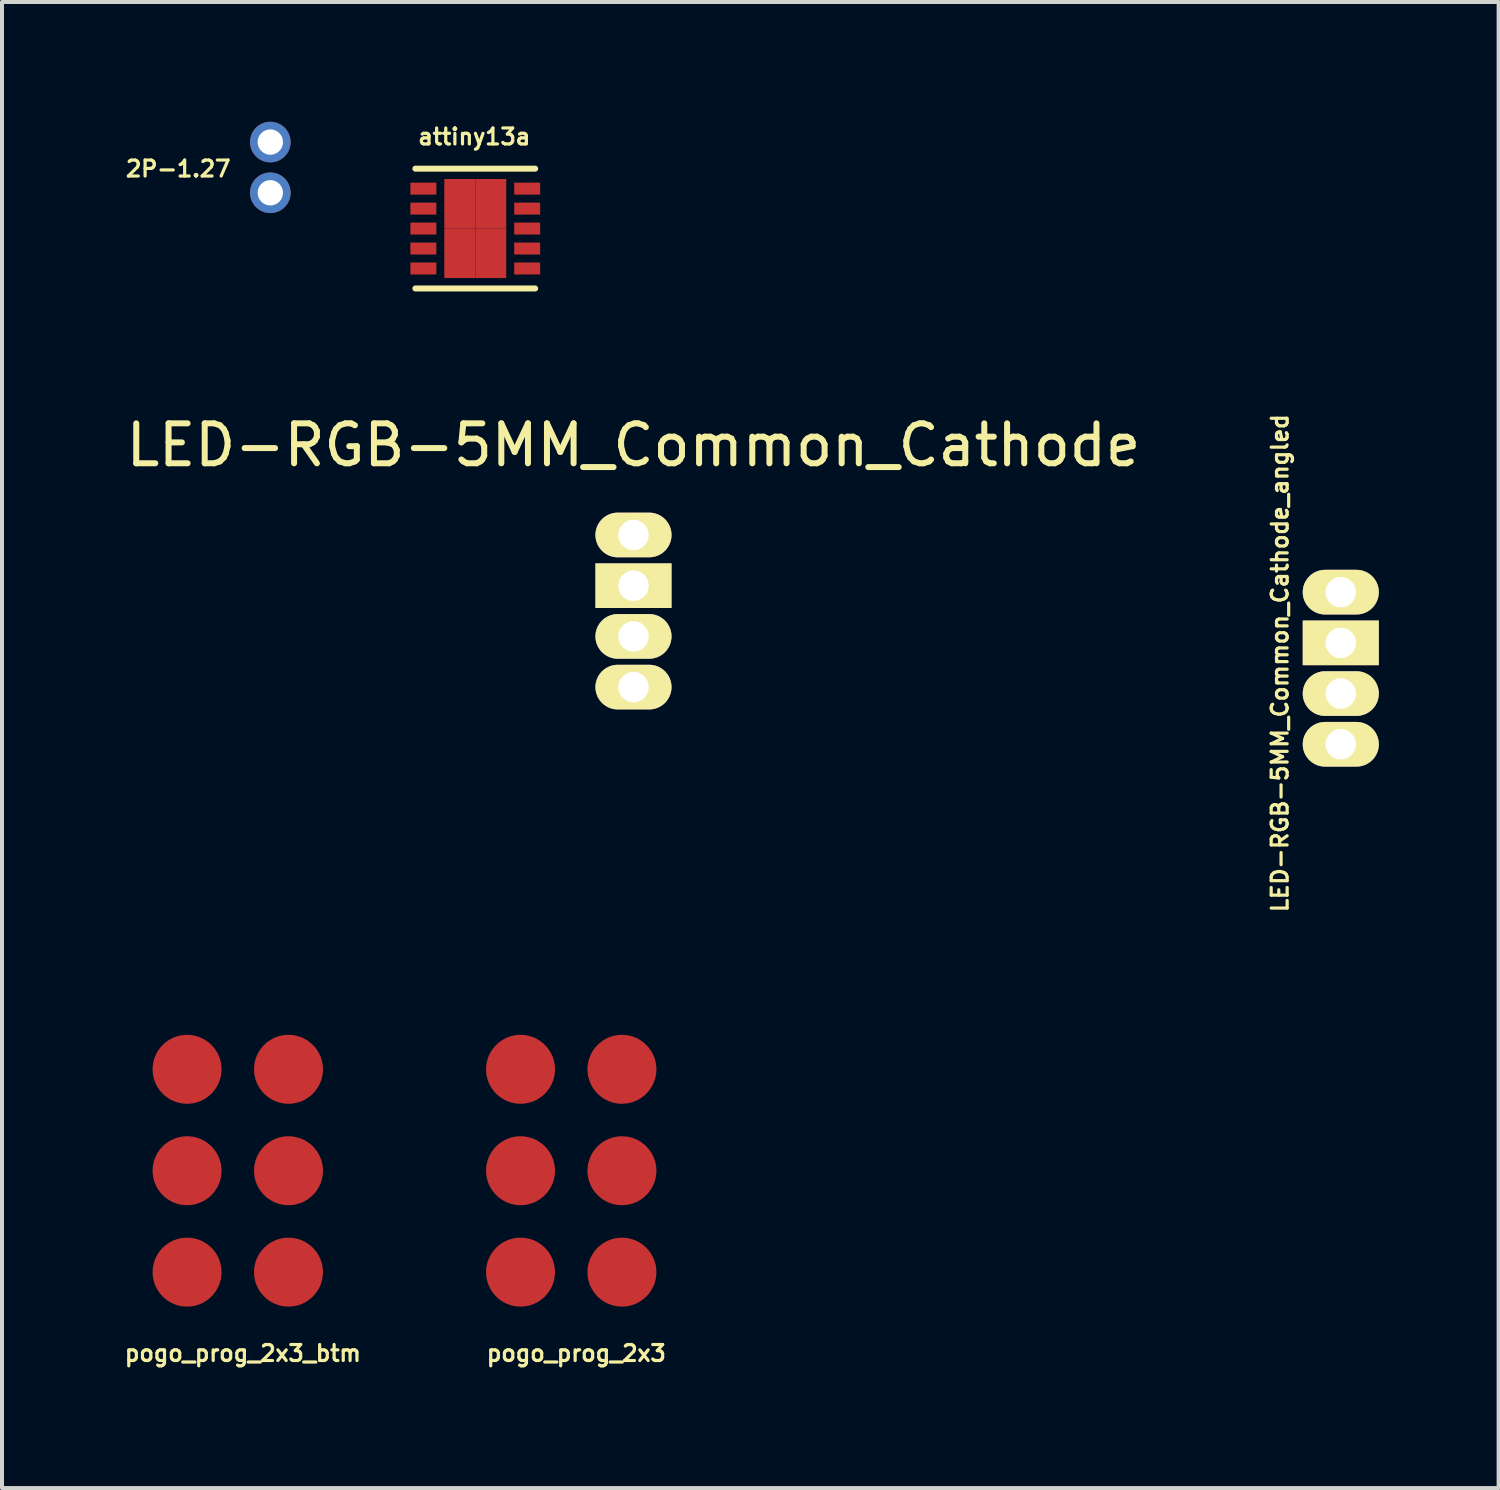
<source format=kicad_pcb>
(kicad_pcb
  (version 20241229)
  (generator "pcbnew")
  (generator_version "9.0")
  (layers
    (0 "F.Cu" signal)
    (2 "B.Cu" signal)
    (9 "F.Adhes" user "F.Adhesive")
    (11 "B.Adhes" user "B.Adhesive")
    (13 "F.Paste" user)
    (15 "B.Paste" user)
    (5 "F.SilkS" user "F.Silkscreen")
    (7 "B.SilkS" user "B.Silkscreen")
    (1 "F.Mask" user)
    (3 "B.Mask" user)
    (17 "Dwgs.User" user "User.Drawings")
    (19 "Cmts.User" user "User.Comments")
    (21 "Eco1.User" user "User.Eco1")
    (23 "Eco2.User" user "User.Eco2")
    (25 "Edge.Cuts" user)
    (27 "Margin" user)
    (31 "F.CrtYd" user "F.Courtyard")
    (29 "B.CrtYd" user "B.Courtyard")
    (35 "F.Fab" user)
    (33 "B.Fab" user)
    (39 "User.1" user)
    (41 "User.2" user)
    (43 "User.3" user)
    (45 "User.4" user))
  (footprint "2P-1.27"
    (layer "F.Cu")
    (at 3.72 1.143)
    (property "Reference" "2P-1.27" (at -0.95 -0.2 180) (layer "F.SilkS") (effects (font (size 0.4 0.4) (thickness 0.08)) (justify right top)))
    (attr through_hole)
    (pad "1" thru_hole circle (at 0 -0.635) (size 1.016 1.016) (drill 0.635) (layers "*.Cu" "*.Mask"))
    (pad "2" thru_hole circle (at 0 0.635) (size 1.016 1.016) (drill 0.635) (layers "*.Cu" "*.Mask")))
  (footprint "LED-RGB-5MM_Common_Cathode_angled"
    (layer "F.Cu")
    (at 30.529 11.78)
    (property "Reference" "LED-RGB-5MM_Common_Cathode_angled" (at -1.524 1.778 90) (layer "F.SilkS") (effects (font (size 0.4 0.4) (thickness 0.08))))
    (attr through_hole)
    (pad "1" thru_hole oval (at 0 0) (size 1.905 1.118) (drill 0.762) (layers "*.Cu" "*.Mask" "F.SilkS"))
    (pad "2" thru_hole rect (at 0 1.27) (size 1.905 1.118) (drill 0.762) (layers "*.Cu" "*.Mask" "F.SilkS"))
    (pad "3" thru_hole oval (at 0 2.54) (size 1.905 1.118) (drill 0.762) (layers "*.Cu" "*.Mask" "F.SilkS"))
    (pad "4" thru_hole oval (at 0 3.81) (size 1.905 1.118) (drill 0.762) (layers "*.Cu" "*.Mask" "F.SilkS")))
  (footprint "pogo_prog_2x3"
    (layer "F.Cu")
    (at 9.986 23.73)
    (property "Reference" "pogo_prog_2x3" (at 1.397 7.112 0) (layer "F.SilkS") (effects (font (size 0.4 0.4) (thickness 0.08))))
    (attr through_hole)
    (pad "1" smd circle (at 0 0) (size 1.727 1.727) (layers "F.Cu" "F.Mask" "F.Paste"))
    (pad "2" smd circle (at 2.54 0) (size 1.727 1.727) (layers "F.Cu" "F.Mask" "F.Paste"))
    (pad "3" smd circle (at 0 2.54) (size 1.727 1.727) (layers "F.Cu" "F.Mask" "F.Paste"))
    (pad "4" smd circle (at 2.54 2.54) (size 1.727 1.727) (layers "F.Cu" "F.Mask" "F.Paste"))
    (pad "5" smd circle (at 0 5.08) (size 1.727 1.727) (layers "F.Cu" "F.Mask" "F.Paste"))
    (pad "6" smd circle (at 2.54 5.08) (size 1.727 1.727) (layers "F.Cu" "F.Mask" "F.Paste")))
  (footprint "pogo_prog_2x3_btm"
    (layer "F.Cu")
    (at 1.635 23.73)
    (property "Reference" "pogo_prog_2x3_btm" (at 1.397 7.112 0) (layer "F.SilkS") (effects (font (size 0.4 0.4) (thickness 0.08))))
    (attr through_hole)
    (pad "1" smd circle (at 2.54 0) (size 1.727 1.727) (layers "F.Cu" "F.Mask" "F.Paste"))
    (pad "2" smd circle (at 0 0) (size 1.727 1.727) (layers "F.Cu" "F.Mask" "F.Paste"))
    (pad "3" smd circle (at 2.54 2.54) (size 1.727 1.727) (layers "F.Cu" "F.Mask" "F.Paste"))
    (pad "4" smd circle (at 0 2.54) (size 1.727 1.727) (layers "F.Cu" "F.Mask" "F.Paste"))
    (pad "5" smd circle (at 2.54 5.08) (size 1.727 1.727) (layers "F.Cu" "F.Mask" "F.Paste"))
    (pad "6" smd circle (at 0 5.08) (size 1.727 1.727) (layers "F.Cu" "F.Mask" "F.Paste")))
  (footprint "attiny13a"
    (layer "F.Cu")
    (at 8.853 2.674)
    (property "Reference" "attiny13a" (at -0.025 -2.3 180) (layer "F.SilkS") (effects (font (size 0.4 0.4) (thickness 0.08))))
    (attr smd)
    (fp_line (start -1.5 -1.5) (end 1.5 -1.5) (stroke (width 0.15) (type solid)) (layer "F.SilkS"))
    (fp_line (start -1.5 1.5) (end 1.5 1.5) (stroke (width 0.15) (type solid)) (layer "F.SilkS"))
    (pad "" smd rect (at -0.388 -0.62) (size 0.775 1.24) (layers "F.Cu" "F.Mask" "F.Paste"))
    (pad "" smd rect (at -0.388 0.62) (size 0.775 1.24) (layers "F.Cu" "F.Mask" "F.Paste"))
    (pad "" smd rect (at 0.388 -0.62) (size 0.775 1.24) (layers "F.Cu" "F.Mask" "F.Paste"))
    (pad "" smd rect (at 0.388 0.62) (size 0.775 1.24) (layers "F.Cu" "F.Mask" "F.Paste"))
    (pad "1" smd rect (at -1.3 -1) (size 0.65 0.3) (layers "F.Cu" "F.Mask" "F.Paste"))
    (pad "2" smd rect (at -1.3 -0.5) (size 0.65 0.3) (layers "F.Cu" "F.Mask" "F.Paste"))
    (pad "3" smd rect (at -1.3 0) (size 0.65 0.3) (layers "F.Cu" "F.Mask" "F.Paste"))
    (pad "4" smd rect (at -1.3 0.5) (size 0.65 0.3) (layers "F.Cu" "F.Mask" "F.Paste"))
    (pad "5" smd rect (at -1.3 1) (size 0.65 0.3) (layers "F.Cu" "F.Mask" "F.Paste"))
    (pad "6" smd rect (at 1.3 1) (size 0.65 0.3) (layers "F.Cu" "F.Mask" "F.Paste"))
    (pad "7" smd rect (at 1.3 0.5) (size 0.65 0.3) (layers "F.Cu" "F.Mask" "F.Paste"))
    (pad "8" smd rect (at 1.3 0) (size 0.65 0.3) (layers "F.Cu" "F.Mask" "F.Paste"))
    (pad "9" smd rect (at 1.3 -0.5) (size 0.65 0.3) (layers "F.Cu" "F.Mask" "F.Paste"))
    (pad "10" smd rect (at 1.3 -1) (size 0.65 0.3) (layers "F.Cu" "F.Mask" "F.Paste")))
  (footprint "LED-RGB-5MM_Common_Cathode"
    (layer "F.Cu")
    (at 12.815 10.348)
    (property "Reference" "LED-RGB-5MM_Common_Cathode" (at 0 -2.25 0) (layer "F.SilkS") (effects (font (size 1 1) (thickness 0.15))))
    (attr through_hole)
    (pad "1" thru_hole oval (at 0 0) (size 1.905 1.118) (drill 0.762) (layers "*.Cu" "*.Mask" "F.SilkS"))
    (pad "2" thru_hole rect (at 0 1.27) (size 1.905 1.118) (drill 0.762) (layers "*.Cu" "*.Mask" "F.SilkS"))
    (pad "3" thru_hole oval (at 0 2.54) (size 1.905 1.118) (drill 0.762) (layers "*.Cu" "*.Mask" "F.SilkS"))
    (pad "4" thru_hole oval (at 0 3.81) (size 1.905 1.118) (drill 0.762) (layers "*.Cu" "*.Mask" "F.SilkS")))
  (gr_rect
    (start -3 -3)
    (end 34.482 34.217)
    (stroke (width 0.1) (type default))
    (fill no)
    (layer "Edge.Cuts")))
</source>
